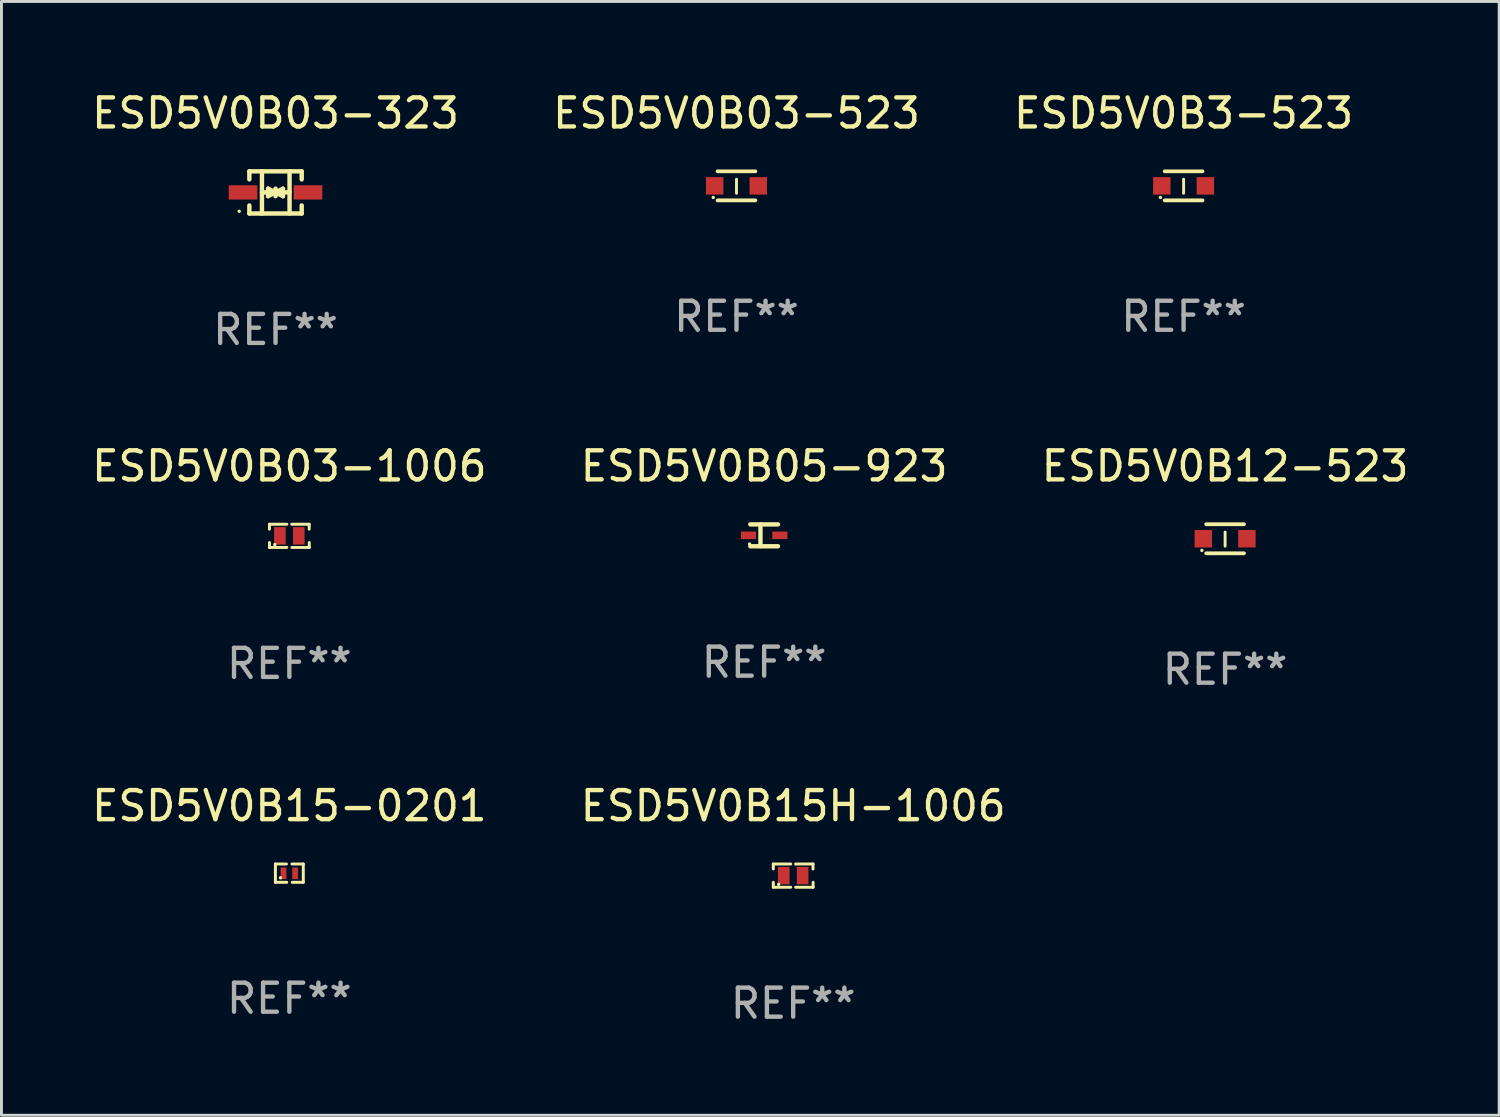
<source format=kicad_pcb>
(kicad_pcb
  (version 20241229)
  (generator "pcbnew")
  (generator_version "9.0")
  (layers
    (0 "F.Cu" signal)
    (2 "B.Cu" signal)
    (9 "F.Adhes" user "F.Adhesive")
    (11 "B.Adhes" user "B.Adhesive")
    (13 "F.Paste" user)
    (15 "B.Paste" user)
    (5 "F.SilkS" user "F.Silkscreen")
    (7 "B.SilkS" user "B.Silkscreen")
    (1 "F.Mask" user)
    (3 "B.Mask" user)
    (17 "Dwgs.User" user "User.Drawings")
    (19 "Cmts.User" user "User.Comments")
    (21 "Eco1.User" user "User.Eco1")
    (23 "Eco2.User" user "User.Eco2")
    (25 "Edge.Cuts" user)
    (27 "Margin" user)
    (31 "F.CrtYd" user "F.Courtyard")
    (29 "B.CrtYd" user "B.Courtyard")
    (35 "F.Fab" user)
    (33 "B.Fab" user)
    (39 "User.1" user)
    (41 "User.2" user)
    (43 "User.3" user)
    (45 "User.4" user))
  (footprint "ESD5V0B15-0201"
    (layer "F.Cu")
    (at 6.911 27.009)
    (property "Reference" "ESD5V0B15-0201" (at 0 -2.315 0) (layer "F.SilkS") (effects (font (size 1 1) (thickness 0.15))))
    (attr through_hole)
    (fp_line (start -0.48 -0.315) (end -0.48 0.315) (stroke (width 0.102) (type solid)) (layer "F.SilkS"))
    (fp_line (start -0.48 0.315) (end -0.09 0.315) (stroke (width 0.102) (type solid)) (layer "F.SilkS"))
    (fp_line (start -0.48 -0.315) (end -0.1 -0.315) (stroke (width 0.102) (type solid)) (layer "F.SilkS"))
    (fp_line (start 0.48 0.315) (end 0.1 0.315) (stroke (width 0.102) (type solid)) (layer "F.SilkS"))
    (fp_line (start 0.48 -0.315) (end 0.09 -0.315) (stroke (width 0.102) (type solid)) (layer "F.SilkS"))
    (fp_line (start 0.48 0.315) (end 0.48 -0.315) (stroke (width 0.102) (type solid)) (layer "F.SilkS"))
    (fp_circle (center -0.305 0.16) (end -0.275 0.16) (stroke (width 0.06) (type solid)) (fill no) (layer "F.SilkS"))
    (fp_text user "REF**" (at 0 4.315 0) (layer "F.Fab") (effects (font (size 1 1) (thickness 0.15))))
    (pad "1" smd rect (at -0.2 0.005) (size 0.2 0.4) (layers "F.Cu" "F.Mask" "F.Paste"))
    (pad "2" smd rect (at 0.2 0.005) (size 0.2 0.4) (layers "F.Cu" "F.Mask" "F.Paste")))
  (footprint "ESD5V0B12-523"
    (layer "F.Cu")
    (at 39.125 15.497)
    (property "Reference" "ESD5V0B12-523" (at 0 -2.5 0) (layer "F.SilkS") (effects (font (size 1 1) (thickness 0.15))))
    (attr through_hole)
    (fp_line (start -0.65 -0.5) (end 0.65 -0.5) (stroke (width 0.13) (type solid)) (layer "F.SilkS"))
    (fp_line (start -0.65 0.5) (end 0.65 0.5) (stroke (width 0.13) (type solid)) (layer "F.SilkS"))
    (fp_line (start 0 -0.229) (end 0 0.254) (stroke (width 0.1) (type solid)) (layer "F.SilkS"))
    (fp_circle (center -0.8 0.4) (end -0.77 0.4) (stroke (width 0.06) (type solid)) (fill no) (layer "F.SilkS"))
    (fp_text user "REF**" (at 0 4.5 0) (layer "F.Fab") (effects (font (size 1 1) (thickness 0.15))))
    (pad "1" smd rect (at -0.75 0) (size 0.6 0.6) (layers "F.Cu" "F.Mask" "F.Paste"))
    (pad "2" smd rect (at 0.75 0 180) (size 0.6 0.6) (layers "F.Cu" "F.Mask" "F.Paste")))
  (footprint "ESD5V0B03-1006"
    (layer "F.Cu")
    (at 6.911 15.397)
    (property "Reference" "ESD5V0B03-1006" (at 0 -2.4 0) (layer "F.SilkS") (effects (font (size 1 1) (thickness 0.15))))
    (attr through_hole)
    (fp_line (start -0.685 -0.4) (end -0.685 -0.23) (stroke (width 0.102) (type solid)) (layer "F.SilkS"))
    (fp_line (start -0.685 0.4) (end -0.685 0.23) (stroke (width 0.102) (type solid)) (layer "F.SilkS"))
    (fp_line (start -0.085 -0.4) (end -0.685 -0.4) (stroke (width 0.102) (type solid)) (layer "F.SilkS"))
    (fp_line (start -0.085 0.4) (end -0.685 0.4) (stroke (width 0.102) (type solid)) (layer "F.SilkS"))
    (fp_line (start 0.082 -0.4) (end 0.682 -0.4) (stroke (width 0.102) (type solid)) (layer "F.SilkS"))
    (fp_line (start 0.085 0.4) (end 0.685 0.4) (stroke (width 0.102) (type solid)) (layer "F.SilkS"))
    (fp_line (start 0.682 -0.4) (end 0.682 -0.23) (stroke (width 0.102) (type solid)) (layer "F.SilkS"))
    (fp_line (start 0.685 0.4) (end 0.685 0.23) (stroke (width 0.102) (type solid)) (layer "F.SilkS"))
    (fp_circle (center -0.5 0.3) (end -0.47 0.3) (stroke (width 0.06) (type solid)) (fill no) (layer "F.SilkS"))
    (fp_text user "REF**" (at 0 4.4 0) (layer "F.Fab") (effects (font (size 1 1) (thickness 0.15))))
    (pad "1" smd rect (at -0.325 0) (size 0.4 0.6) (layers "F.Cu" "F.Mask" "F.Paste"))
    (pad "2" smd rect (at 0.325 0) (size 0.4 0.6) (layers "F.Cu" "F.Mask" "F.Paste")))
  (footprint "ESD5V0B05-923"
    (layer "F.Cu")
    (at 23.256 15.376)
    (property "Reference" "ESD5V0B05-923" (at 0 -2.379 0) (layer "F.SilkS") (effects (font (size 1 1) (thickness 0.15))))
    (attr through_hole)
    (fp_line (start -0.476 -0.374) (end 0.476 -0.374) (stroke (width 0.152) (type solid)) (layer "F.SilkS"))
    (fp_line (start -0.476 0.379) (end 0.476 0.379) (stroke (width 0.152) (type solid)) (layer "F.SilkS"))
    (fp_line (start -0.127 -0.379) (end -0.127 0.374) (stroke (width 0.152) (type solid)) (layer "F.SilkS"))
    (fp_circle (center -0.5 0.302) (end -0.47 0.302) (stroke (width 0.06) (type solid)) (fill no) (layer "F.SilkS"))
    (fp_text user "REF**" (at 0 4.379 0) (layer "F.Fab") (effects (font (size 1 1) (thickness 0.15))))
    (pad "1" smd rect (at -0.54 0.002 180) (size 0.52 0.26) (layers "F.Cu" "F.Mask" "F.Paste"))
    (pad "2" smd rect (at 0.54 0.002 180) (size 0.52 0.26) (layers "F.Cu" "F.Mask" "F.Paste")))
  (footprint "ESD5V0B03-323"
    (layer "F.Cu")
    (at 6.435 3.574)
    (property "Reference" "ESD5V0B03-323" (at 0 -2.726 0) (layer "F.SilkS") (effects (font (size 1 1) (thickness 0.15))))
    (attr through_hole)
    (fp_line (start -0.901 -0.726) (end -0.901 -0.448) (stroke (width 0.152) (type solid)) (layer "F.SilkS"))
    (fp_line (start -0.901 0.726) (end -0.901 0.448) (stroke (width 0.152) (type solid)) (layer "F.SilkS"))
    (fp_line (start -0.467 0) (end 0.483 -0.003) (stroke (width 0.154) (type solid)) (layer "F.SilkS"))
    (fp_line (start -0.467 0.726) (end -0.467 -0.726) (stroke (width 0.152) (type solid)) (layer "F.SilkS"))
    (fp_line (start -0.254 -0.127) (end -0.254 -0.127) (stroke (width 0.154) (type solid)) (layer "F.SilkS"))
    (fp_line (start -0.254 -0.127) (end -0.002 -0.003) (stroke (width 0.154) (type solid)) (layer "F.SilkS"))
    (fp_line (start -0.254 0.127) (end -0.254 -0.127) (stroke (width 0.154) (type solid)) (layer "F.SilkS"))
    (fp_line (start -0.127 0) (end 0.003 0) (stroke (width 0.154) (type solid)) (layer "F.SilkS"))
    (fp_line (start -0.003 0) (end -0.254 0.127) (stroke (width 0.154) (type solid)) (layer "F.SilkS"))
    (fp_line (start 0 -0.127) (end 0 0.127) (stroke (width 0.154) (type solid)) (layer "F.SilkS"))
    (fp_line (start 0.003 0) (end 0.254 -0.127) (stroke (width 0.154) (type solid)) (layer "F.SilkS"))
    (fp_line (start 0.127 0) (end -0.003 0) (stroke (width 0.154) (type solid)) (layer "F.SilkS"))
    (fp_line (start 0.254 -0.127) (end 0.254 0.127) (stroke (width 0.154) (type solid)) (layer "F.SilkS"))
    (fp_line (start 0.254 0.127) (end 0.002 0.003) (stroke (width 0.154) (type solid)) (layer "F.SilkS"))
    (fp_line (start 0.254 0.127) (end 0.254 0.127) (stroke (width 0.154) (type solid)) (layer "F.SilkS"))
    (fp_line (start 0.483 0.726) (end 0.483 -0.726) (stroke (width 0.152) (type solid)) (layer "F.SilkS"))
    (fp_line (start 0.901 -0.726) (end -0.901 -0.726) (stroke (width 0.152) (type solid)) (layer "F.SilkS"))
    (fp_line (start 0.901 -0.726) (end 0.901 -0.448) (stroke (width 0.152) (type solid)) (layer "F.SilkS"))
    (fp_line (start 0.901 0.726) (end -0.901 0.726) (stroke (width 0.152) (type solid)) (layer "F.SilkS"))
    (fp_line (start 0.901 0.726) (end 0.901 0.448) (stroke (width 0.152) (type solid)) (layer "F.SilkS"))
    (fp_circle (center -1.25 0.65) (end -1.22 0.65) (stroke (width 0.06) (type solid)) (fill no) (layer "F.SilkS"))
    (fp_text user "REF**" (at 0 4.726 0) (layer "F.Fab") (effects (font (size 1 1) (thickness 0.15))))
    (pad "1" smd rect (at -1.118 0) (size 0.985 0.49) (layers "F.Cu" "F.Mask" "F.Paste"))
    (pad "2" smd rect (at 1.118 0) (size 0.985 0.49) (layers "F.Cu" "F.Mask" "F.Paste")))
  (footprint "ESD5V0B3-523"
    (layer "F.Cu")
    (at 37.696 3.348)
    (property "Reference" "ESD5V0B3-523" (at 0 -2.5 0) (layer "F.SilkS") (effects (font (size 1 1) (thickness 0.15))))
    (attr through_hole)
    (fp_line (start -0.65 -0.5) (end 0.65 -0.5) (stroke (width 0.13) (type solid)) (layer "F.SilkS"))
    (fp_line (start -0.65 0.5) (end 0.65 0.5) (stroke (width 0.13) (type solid)) (layer "F.SilkS"))
    (fp_line (start 0 -0.229) (end 0 0.254) (stroke (width 0.1) (type solid)) (layer "F.SilkS"))
    (fp_circle (center -0.8 0.4) (end -0.77 0.4) (stroke (width 0.06) (type solid)) (fill no) (layer "F.SilkS"))
    (fp_text user "REF**" (at 0 4.5 0) (layer "F.Fab") (effects (font (size 1 1) (thickness 0.15))))
    (pad "1" smd rect (at -0.75 0) (size 0.6 0.6) (layers "F.Cu" "F.Mask" "F.Paste"))
    (pad "2" smd rect (at 0.75 0 180) (size 0.6 0.6) (layers "F.Cu" "F.Mask" "F.Paste")))
  (footprint "ESD5V0B03-523"
    (layer "F.Cu")
    (at 22.304 3.348)
    (property "Reference" "ESD5V0B03-523" (at 0 -2.5 0) (layer "F.SilkS") (effects (font (size 1 1) (thickness 0.15))))
    (attr through_hole)
    (fp_line (start -0.65 -0.5) (end 0.65 -0.5) (stroke (width 0.13) (type solid)) (layer "F.SilkS"))
    (fp_line (start -0.65 0.5) (end 0.65 0.5) (stroke (width 0.13) (type solid)) (layer "F.SilkS"))
    (fp_line (start 0 -0.229) (end 0 0.254) (stroke (width 0.1) (type solid)) (layer "F.SilkS"))
    (fp_circle (center -0.8 0.4) (end -0.77 0.4) (stroke (width 0.06) (type solid)) (fill no) (layer "F.SilkS"))
    (fp_text user "REF**" (at 0 4.5 0) (layer "F.Fab") (effects (font (size 1 1) (thickness 0.15))))
    (pad "1" smd rect (at -0.75 0) (size 0.6 0.6) (layers "F.Cu" "F.Mask" "F.Paste"))
    (pad "2" smd rect (at 0.75 0 180) (size 0.6 0.6) (layers "F.Cu" "F.Mask" "F.Paste")))
  (footprint "ESD5V0B15H-1006"
    (layer "F.Cu")
    (at 24.256 27.094)
    (property "Reference" "ESD5V0B15H-1006" (at 0 -2.4 0) (layer "F.SilkS") (effects (font (size 1 1) (thickness 0.15))))
    (attr through_hole)
    (fp_line (start -0.685 -0.4) (end -0.685 -0.23) (stroke (width 0.102) (type solid)) (layer "F.SilkS"))
    (fp_line (start -0.685 0.4) (end -0.685 0.23) (stroke (width 0.102) (type solid)) (layer "F.SilkS"))
    (fp_line (start -0.085 -0.4) (end -0.685 -0.4) (stroke (width 0.102) (type solid)) (layer "F.SilkS"))
    (fp_line (start -0.085 0.4) (end -0.685 0.4) (stroke (width 0.102) (type solid)) (layer "F.SilkS"))
    (fp_line (start 0.082 -0.4) (end 0.682 -0.4) (stroke (width 0.102) (type solid)) (layer "F.SilkS"))
    (fp_line (start 0.085 0.4) (end 0.685 0.4) (stroke (width 0.102) (type solid)) (layer "F.SilkS"))
    (fp_line (start 0.682 -0.4) (end 0.682 -0.23) (stroke (width 0.102) (type solid)) (layer "F.SilkS"))
    (fp_line (start 0.685 0.4) (end 0.685 0.23) (stroke (width 0.102) (type solid)) (layer "F.SilkS"))
    (fp_circle (center -0.5 0.3) (end -0.47 0.3) (stroke (width 0.06) (type solid)) (fill no) (layer "F.SilkS"))
    (fp_text user "REF**" (at 0 4.4 0) (layer "F.Fab") (effects (font (size 1 1) (thickness 0.15))))
    (pad "1" smd rect (at -0.325 0) (size 0.4 0.6) (layers "F.Cu" "F.Mask" "F.Paste"))
    (pad "2" smd rect (at 0.325 0) (size 0.4 0.6) (layers "F.Cu" "F.Mask" "F.Paste")))
  (gr_rect
    (start -3 -3)
    (end 48.56 35.342)
    (stroke (width 0.1) (type default))
    (fill no)
    (layer "Edge.Cuts")))
</source>
